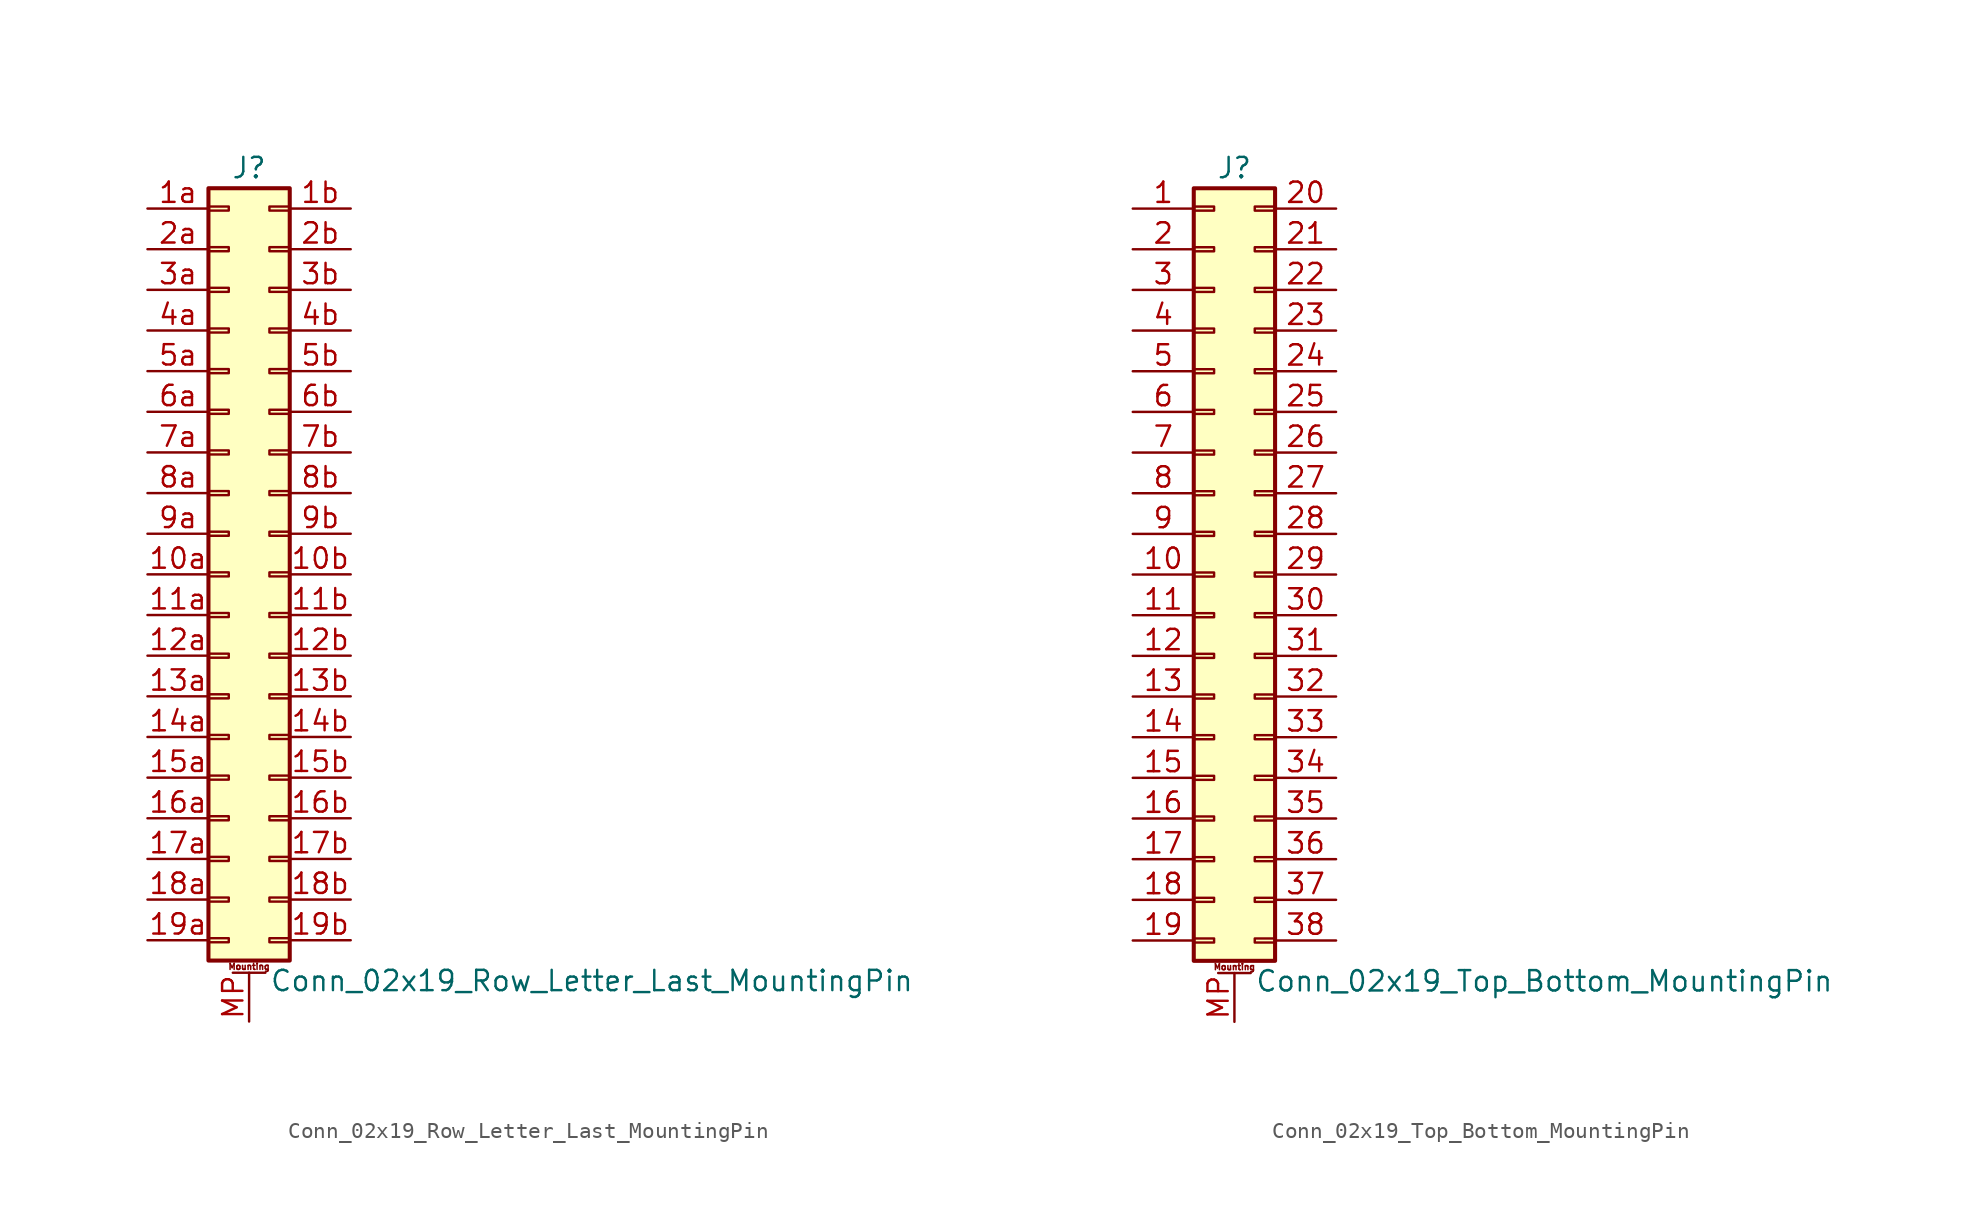
<source format=kicad_sym>
(kicad_symbol_lib
  (version 20211014)
  (generator kicad_symbol_editor)
  (symbol "Conn_02x19_Row_Letter_Last_MountingPin"
    (pin_names
      (offset 1.016) hide)
    (property "Reference" "J"
      (at 1.27 25.4 0)
      (effects (font (size 1.27 1.27))))
    (property "Value" "Conn_02x19_Row_Letter_Last_MountingPin"
      (at 2.54 -25.4 0)
      (effects (font (size 1.27 1.27)) (justify left)))
    (symbol "Conn_02x19_Row_Letter_Last_MountingPin_1_1"
      (rectangle (start -1.27 -22.733) (end 0 -22.987) (stroke (width 0.152) (type default) (color 0 0 0 0)) (fill (type none)))
      (rectangle (start -1.27 -20.193) (end 0 -20.447) (stroke (width 0.152) (type default) (color 0 0 0 0)) (fill (type none)))
      (rectangle (start -1.27 -17.653) (end 0 -17.907) (stroke (width 0.152) (type default) (color 0 0 0 0)) (fill (type none)))
      (rectangle (start -1.27 -15.113) (end 0 -15.367) (stroke (width 0.152) (type default) (color 0 0 0 0)) (fill (type none)))
      (rectangle (start -1.27 -12.573) (end 0 -12.827) (stroke (width 0.152) (type default) (color 0 0 0 0)) (fill (type none)))
      (rectangle (start -1.27 -10.033) (end 0 -10.287) (stroke (width 0.152) (type default) (color 0 0 0 0)) (fill (type none)))
      (rectangle (start -1.27 -7.493) (end 0 -7.747) (stroke (width 0.152) (type default) (color 0 0 0 0)) (fill (type none)))
      (rectangle (start -1.27 -4.953) (end 0 -5.207) (stroke (width 0.152) (type default) (color 0 0 0 0)) (fill (type none)))
      (rectangle (start -1.27 -2.413) (end 0 -2.667) (stroke (width 0.152) (type default) (color 0 0 0 0)) (fill (type none)))
      (rectangle (start -1.27 0.127) (end 0 -0.127) (stroke (width 0.152) (type default) (color 0 0 0 0)) (fill (type none)))
      (rectangle (start -1.27 2.667) (end 0 2.413) (stroke (width 0.152) (type default) (color 0 0 0 0)) (fill (type none)))
      (rectangle (start -1.27 5.207) (end 0 4.953) (stroke (width 0.152) (type default) (color 0 0 0 0)) (fill (type none)))
      (rectangle (start -1.27 7.747) (end 0 7.493) (stroke (width 0.152) (type default) (color 0 0 0 0)) (fill (type none)))
      (rectangle (start -1.27 10.287) (end 0 10.033) (stroke (width 0.152) (type default) (color 0 0 0 0)) (fill (type none)))
      (rectangle (start -1.27 12.827) (end 0 12.573) (stroke (width 0.152) (type default) (color 0 0 0 0)) (fill (type none)))
      (rectangle (start -1.27 15.367) (end 0 15.113) (stroke (width 0.152) (type default) (color 0 0 0 0)) (fill (type none)))
      (rectangle (start -1.27 17.907) (end 0 17.653) (stroke (width 0.152) (type default) (color 0 0 0 0)) (fill (type none)))
      (rectangle (start -1.27 20.447) (end 0 20.193) (stroke (width 0.152) (type default) (color 0 0 0 0)) (fill (type none)))
      (rectangle (start -1.27 22.987) (end 0 22.733) (stroke (width 0.152) (type default) (color 0 0 0 0)) (fill (type none)))
      (rectangle (start -1.27 24.13) (end 3.81 -24.13) (stroke (width 0.254) (type default) (color 0 0 0 0)) (fill (type background)))
      (polyline (pts (xy 0.254 -24.892) (xy 2.286 -24.892)) (stroke (width 0.152) (type default) (color 0 0 0 0)) (fill (type none)))
      (rectangle (start 3.81 -22.733) (end 2.54 -22.987) (stroke (width 0.152) (type default) (color 0 0 0 0)) (fill (type none)))
      (rectangle (start 3.81 -20.193) (end 2.54 -20.447) (stroke (width 0.152) (type default) (color 0 0 0 0)) (fill (type none)))
      (rectangle (start 3.81 -17.653) (end 2.54 -17.907) (stroke (width 0.152) (type default) (color 0 0 0 0)) (fill (type none)))
      (rectangle (start 3.81 -15.113) (end 2.54 -15.367) (stroke (width 0.152) (type default) (color 0 0 0 0)) (fill (type none)))
      (rectangle (start 3.81 -12.573) (end 2.54 -12.827) (stroke (width 0.152) (type default) (color 0 0 0 0)) (fill (type none)))
      (rectangle (start 3.81 -10.033) (end 2.54 -10.287) (stroke (width 0.152) (type default) (color 0 0 0 0)) (fill (type none)))
      (rectangle (start 3.81 -7.493) (end 2.54 -7.747) (stroke (width 0.152) (type default) (color 0 0 0 0)) (fill (type none)))
      (rectangle (start 3.81 -4.953) (end 2.54 -5.207) (stroke (width 0.152) (type default) (color 0 0 0 0)) (fill (type none)))
      (rectangle (start 3.81 -2.413) (end 2.54 -2.667) (stroke (width 0.152) (type default) (color 0 0 0 0)) (fill (type none)))
      (rectangle (start 3.81 0.127) (end 2.54 -0.127) (stroke (width 0.152) (type default) (color 0 0 0 0)) (fill (type none)))
      (rectangle (start 3.81 2.667) (end 2.54 2.413) (stroke (width 0.152) (type default) (color 0 0 0 0)) (fill (type none)))
      (rectangle (start 3.81 5.207) (end 2.54 4.953) (stroke (width 0.152) (type default) (color 0 0 0 0)) (fill (type none)))
      (rectangle (start 3.81 7.747) (end 2.54 7.493) (stroke (width 0.152) (type default) (color 0 0 0 0)) (fill (type none)))
      (rectangle (start 3.81 10.287) (end 2.54 10.033) (stroke (width 0.152) (type default) (color 0 0 0 0)) (fill (type none)))
      (rectangle (start 3.81 12.827) (end 2.54 12.573) (stroke (width 0.152) (type default) (color 0 0 0 0)) (fill (type none)))
      (rectangle (start 3.81 15.367) (end 2.54 15.113) (stroke (width 0.152) (type default) (color 0 0 0 0)) (fill (type none)))
      (rectangle (start 3.81 17.907) (end 2.54 17.653) (stroke (width 0.152) (type default) (color 0 0 0 0)) (fill (type none)))
      (rectangle (start 3.81 20.447) (end 2.54 20.193) (stroke (width 0.152) (type default) (color 0 0 0 0)) (fill (type none)))
      (rectangle (start 3.81 22.987) (end 2.54 22.733) (stroke (width 0.152) (type default) (color 0 0 0 0)) (fill (type none)))
      (text "Mounting" (at 1.27 -24.511 0) (effects (font (size 0.381 0.381))))
      (pin passive line (at -5.08 0 0) (length 3.81) (name "Pin_10a" (effects (font (size 1.27 1.27)))) (number "10a" (effects (font (size 1.27 1.27)))))
      (pin passive line (at 7.62 0 180) (length 3.81) (name "Pin_10b" (effects (font (size 1.27 1.27)))) (number "10b" (effects (font (size 1.27 1.27)))))
      (pin passive line (at -5.08 -2.54 0) (length 3.81) (name "Pin_11a" (effects (font (size 1.27 1.27)))) (number "11a" (effects (font (size 1.27 1.27)))))
      (pin passive line (at 7.62 -2.54 180) (length 3.81) (name "Pin_11b" (effects (font (size 1.27 1.27)))) (number "11b" (effects (font (size 1.27 1.27)))))
      (pin passive line (at -5.08 -5.08 0) (length 3.81) (name "Pin_12a" (effects (font (size 1.27 1.27)))) (number "12a" (effects (font (size 1.27 1.27)))))
      (pin passive line (at 7.62 -5.08 180) (length 3.81) (name "Pin_12b" (effects (font (size 1.27 1.27)))) (number "12b" (effects (font (size 1.27 1.27)))))
      (pin passive line (at -5.08 -7.62 0) (length 3.81) (name "Pin_13a" (effects (font (size 1.27 1.27)))) (number "13a" (effects (font (size 1.27 1.27)))))
      (pin passive line (at 7.62 -7.62 180) (length 3.81) (name "Pin_13b" (effects (font (size 1.27 1.27)))) (number "13b" (effects (font (size 1.27 1.27)))))
      (pin passive line (at -5.08 -10.16 0) (length 3.81) (name "Pin_14a" (effects (font (size 1.27 1.27)))) (number "14a" (effects (font (size 1.27 1.27)))))
      (pin passive line (at 7.62 -10.16 180) (length 3.81) (name "Pin_14b" (effects (font (size 1.27 1.27)))) (number "14b" (effects (font (size 1.27 1.27)))))
      (pin passive line (at -5.08 -12.7 0) (length 3.81) (name "Pin_15a" (effects (font (size 1.27 1.27)))) (number "15a" (effects (font (size 1.27 1.27)))))
      (pin passive line (at 7.62 -12.7 180) (length 3.81) (name "Pin_15b" (effects (font (size 1.27 1.27)))) (number "15b" (effects (font (size 1.27 1.27)))))
      (pin passive line (at -5.08 -15.24 0) (length 3.81) (name "Pin_16a" (effects (font (size 1.27 1.27)))) (number "16a" (effects (font (size 1.27 1.27)))))
      (pin passive line (at 7.62 -15.24 180) (length 3.81) (name "Pin_16b" (effects (font (size 1.27 1.27)))) (number "16b" (effects (font (size 1.27 1.27)))))
      (pin passive line (at -5.08 -17.78 0) (length 3.81) (name "Pin_17a" (effects (font (size 1.27 1.27)))) (number "17a" (effects (font (size 1.27 1.27)))))
      (pin passive line (at 7.62 -17.78 180) (length 3.81) (name "Pin_17b" (effects (font (size 1.27 1.27)))) (number "17b" (effects (font (size 1.27 1.27)))))
      (pin passive line (at -5.08 -20.32 0) (length 3.81) (name "Pin_18a" (effects (font (size 1.27 1.27)))) (number "18a" (effects (font (size 1.27 1.27)))))
      (pin passive line (at 7.62 -20.32 180) (length 3.81) (name "Pin_18b" (effects (font (size 1.27 1.27)))) (number "18b" (effects (font (size 1.27 1.27)))))
      (pin passive line (at -5.08 -22.86 0) (length 3.81) (name "Pin_19a" (effects (font (size 1.27 1.27)))) (number "19a" (effects (font (size 1.27 1.27)))))
      (pin passive line (at 7.62 -22.86 180) (length 3.81) (name "Pin_19b" (effects (font (size 1.27 1.27)))) (number "19b" (effects (font (size 1.27 1.27)))))
      (pin passive line (at -5.08 22.86 0) (length 3.81) (name "Pin_1a" (effects (font (size 1.27 1.27)))) (number "1a" (effects (font (size 1.27 1.27)))))
      (pin passive line (at 7.62 22.86 180) (length 3.81) (name "Pin_1b" (effects (font (size 1.27 1.27)))) (number "1b" (effects (font (size 1.27 1.27)))))
      (pin passive line (at -5.08 20.32 0) (length 3.81) (name "Pin_2a" (effects (font (size 1.27 1.27)))) (number "2a" (effects (font (size 1.27 1.27)))))
      (pin passive line (at 7.62 20.32 180) (length 3.81) (name "Pin_2b" (effects (font (size 1.27 1.27)))) (number "2b" (effects (font (size 1.27 1.27)))))
      (pin passive line (at -5.08 17.78 0) (length 3.81) (name "Pin_3a" (effects (font (size 1.27 1.27)))) (number "3a" (effects (font (size 1.27 1.27)))))
      (pin passive line (at 7.62 17.78 180) (length 3.81) (name "Pin_3b" (effects (font (size 1.27 1.27)))) (number "3b" (effects (font (size 1.27 1.27)))))
      (pin passive line (at -5.08 15.24 0) (length 3.81) (name "Pin_4a" (effects (font (size 1.27 1.27)))) (number "4a" (effects (font (size 1.27 1.27)))))
      (pin passive line (at 7.62 15.24 180) (length 3.81) (name "Pin_4b" (effects (font (size 1.27 1.27)))) (number "4b" (effects (font (size 1.27 1.27)))))
      (pin passive line (at -5.08 12.7 0) (length 3.81) (name "Pin_5a" (effects (font (size 1.27 1.27)))) (number "5a" (effects (font (size 1.27 1.27)))))
      (pin passive line (at 7.62 12.7 180) (length 3.81) (name "Pin_5b" (effects (font (size 1.27 1.27)))) (number "5b" (effects (font (size 1.27 1.27)))))
      (pin passive line (at -5.08 10.16 0) (length 3.81) (name "Pin_6a" (effects (font (size 1.27 1.27)))) (number "6a" (effects (font (size 1.27 1.27)))))
      (pin passive line (at 7.62 10.16 180) (length 3.81) (name "Pin_6b" (effects (font (size 1.27 1.27)))) (number "6b" (effects (font (size 1.27 1.27)))))
      (pin passive line (at -5.08 7.62 0) (length 3.81) (name "Pin_7a" (effects (font (size 1.27 1.27)))) (number "7a" (effects (font (size 1.27 1.27)))))
      (pin passive line (at 7.62 7.62 180) (length 3.81) (name "Pin_7b" (effects (font (size 1.27 1.27)))) (number "7b" (effects (font (size 1.27 1.27)))))
      (pin passive line (at -5.08 5.08 0) (length 3.81) (name "Pin_8a" (effects (font (size 1.27 1.27)))) (number "8a" (effects (font (size 1.27 1.27)))))
      (pin passive line (at 7.62 5.08 180) (length 3.81) (name "Pin_8b" (effects (font (size 1.27 1.27)))) (number "8b" (effects (font (size 1.27 1.27)))))
      (pin passive line (at -5.08 2.54 0) (length 3.81) (name "Pin_9a" (effects (font (size 1.27 1.27)))) (number "9a" (effects (font (size 1.27 1.27)))))
      (pin passive line (at 7.62 2.54 180) (length 3.81) (name "Pin_9b" (effects (font (size 1.27 1.27)))) (number "9b" (effects (font (size 1.27 1.27)))))
      (pin passive line (at 1.27 -27.94 90) (length 3.048) (name "MountPin" (effects (font (size 1.27 1.27)))) (number "MP" (effects (font (size 1.27 1.27)))))))
  (symbol "Conn_02x19_Top_Bottom_MountingPin"
    (pin_names
      (offset 1.016) hide)
    (property "Reference" "J"
      (at 1.27 25.4 0)
      (effects (font (size 1.27 1.27))))
    (property "Value" "Conn_02x19_Top_Bottom_MountingPin"
      (at 2.54 -25.4 0)
      (effects (font (size 1.27 1.27)) (justify left)))
    (symbol "Conn_02x19_Top_Bottom_MountingPin_1_1"
      (rectangle (start -1.27 -22.733) (end 0 -22.987) (stroke (width 0.152) (type default) (color 0 0 0 0)) (fill (type none)))
      (rectangle (start -1.27 -20.193) (end 0 -20.447) (stroke (width 0.152) (type default) (color 0 0 0 0)) (fill (type none)))
      (rectangle (start -1.27 -17.653) (end 0 -17.907) (stroke (width 0.152) (type default) (color 0 0 0 0)) (fill (type none)))
      (rectangle (start -1.27 -15.113) (end 0 -15.367) (stroke (width 0.152) (type default) (color 0 0 0 0)) (fill (type none)))
      (rectangle (start -1.27 -12.573) (end 0 -12.827) (stroke (width 0.152) (type default) (color 0 0 0 0)) (fill (type none)))
      (rectangle (start -1.27 -10.033) (end 0 -10.287) (stroke (width 0.152) (type default) (color 0 0 0 0)) (fill (type none)))
      (rectangle (start -1.27 -7.493) (end 0 -7.747) (stroke (width 0.152) (type default) (color 0 0 0 0)) (fill (type none)))
      (rectangle (start -1.27 -4.953) (end 0 -5.207) (stroke (width 0.152) (type default) (color 0 0 0 0)) (fill (type none)))
      (rectangle (start -1.27 -2.413) (end 0 -2.667) (stroke (width 0.152) (type default) (color 0 0 0 0)) (fill (type none)))
      (rectangle (start -1.27 0.127) (end 0 -0.127) (stroke (width 0.152) (type default) (color 0 0 0 0)) (fill (type none)))
      (rectangle (start -1.27 2.667) (end 0 2.413) (stroke (width 0.152) (type default) (color 0 0 0 0)) (fill (type none)))
      (rectangle (start -1.27 5.207) (end 0 4.953) (stroke (width 0.152) (type default) (color 0 0 0 0)) (fill (type none)))
      (rectangle (start -1.27 7.747) (end 0 7.493) (stroke (width 0.152) (type default) (color 0 0 0 0)) (fill (type none)))
      (rectangle (start -1.27 10.287) (end 0 10.033) (stroke (width 0.152) (type default) (color 0 0 0 0)) (fill (type none)))
      (rectangle (start -1.27 12.827) (end 0 12.573) (stroke (width 0.152) (type default) (color 0 0 0 0)) (fill (type none)))
      (rectangle (start -1.27 15.367) (end 0 15.113) (stroke (width 0.152) (type default) (color 0 0 0 0)) (fill (type none)))
      (rectangle (start -1.27 17.907) (end 0 17.653) (stroke (width 0.152) (type default) (color 0 0 0 0)) (fill (type none)))
      (rectangle (start -1.27 20.447) (end 0 20.193) (stroke (width 0.152) (type default) (color 0 0 0 0)) (fill (type none)))
      (rectangle (start -1.27 22.987) (end 0 22.733) (stroke (width 0.152) (type default) (color 0 0 0 0)) (fill (type none)))
      (rectangle (start -1.27 24.13) (end 3.81 -24.13) (stroke (width 0.254) (type default) (color 0 0 0 0)) (fill (type background)))
      (polyline (pts (xy 0.254 -24.892) (xy 2.286 -24.892)) (stroke (width 0.152) (type default) (color 0 0 0 0)) (fill (type none)))
      (rectangle (start 3.81 -22.733) (end 2.54 -22.987) (stroke (width 0.152) (type default) (color 0 0 0 0)) (fill (type none)))
      (rectangle (start 3.81 -20.193) (end 2.54 -20.447) (stroke (width 0.152) (type default) (color 0 0 0 0)) (fill (type none)))
      (rectangle (start 3.81 -17.653) (end 2.54 -17.907) (stroke (width 0.152) (type default) (color 0 0 0 0)) (fill (type none)))
      (rectangle (start 3.81 -15.113) (end 2.54 -15.367) (stroke (width 0.152) (type default) (color 0 0 0 0)) (fill (type none)))
      (rectangle (start 3.81 -12.573) (end 2.54 -12.827) (stroke (width 0.152) (type default) (color 0 0 0 0)) (fill (type none)))
      (rectangle (start 3.81 -10.033) (end 2.54 -10.287) (stroke (width 0.152) (type default) (color 0 0 0 0)) (fill (type none)))
      (rectangle (start 3.81 -7.493) (end 2.54 -7.747) (stroke (width 0.152) (type default) (color 0 0 0 0)) (fill (type none)))
      (rectangle (start 3.81 -4.953) (end 2.54 -5.207) (stroke (width 0.152) (type default) (color 0 0 0 0)) (fill (type none)))
      (rectangle (start 3.81 -2.413) (end 2.54 -2.667) (stroke (width 0.152) (type default) (color 0 0 0 0)) (fill (type none)))
      (rectangle (start 3.81 0.127) (end 2.54 -0.127) (stroke (width 0.152) (type default) (color 0 0 0 0)) (fill (type none)))
      (rectangle (start 3.81 2.667) (end 2.54 2.413) (stroke (width 0.152) (type default) (color 0 0 0 0)) (fill (type none)))
      (rectangle (start 3.81 5.207) (end 2.54 4.953) (stroke (width 0.152) (type default) (color 0 0 0 0)) (fill (type none)))
      (rectangle (start 3.81 7.747) (end 2.54 7.493) (stroke (width 0.152) (type default) (color 0 0 0 0)) (fill (type none)))
      (rectangle (start 3.81 10.287) (end 2.54 10.033) (stroke (width 0.152) (type default) (color 0 0 0 0)) (fill (type none)))
      (rectangle (start 3.81 12.827) (end 2.54 12.573) (stroke (width 0.152) (type default) (color 0 0 0 0)) (fill (type none)))
      (rectangle (start 3.81 15.367) (end 2.54 15.113) (stroke (width 0.152) (type default) (color 0 0 0 0)) (fill (type none)))
      (rectangle (start 3.81 17.907) (end 2.54 17.653) (stroke (width 0.152) (type default) (color 0 0 0 0)) (fill (type none)))
      (rectangle (start 3.81 20.447) (end 2.54 20.193) (stroke (width 0.152) (type default) (color 0 0 0 0)) (fill (type none)))
      (rectangle (start 3.81 22.987) (end 2.54 22.733) (stroke (width 0.152) (type default) (color 0 0 0 0)) (fill (type none)))
      (text "Mounting" (at 1.27 -24.511 0) (effects (font (size 0.381 0.381))))
      (pin passive line (at -5.08 22.86 0) (length 3.81) (name "Pin_1" (effects (font (size 1.27 1.27)))) (number "1" (effects (font (size 1.27 1.27)))))
      (pin passive line (at -5.08 0 0) (length 3.81) (name "Pin_10" (effects (font (size 1.27 1.27)))) (number "10" (effects (font (size 1.27 1.27)))))
      (pin passive line (at -5.08 -2.54 0) (length 3.81) (name "Pin_11" (effects (font (size 1.27 1.27)))) (number "11" (effects (font (size 1.27 1.27)))))
      (pin passive line (at -5.08 -5.08 0) (length 3.81) (name "Pin_12" (effects (font (size 1.27 1.27)))) (number "12" (effects (font (size 1.27 1.27)))))
      (pin passive line (at -5.08 -7.62 0) (length 3.81) (name "Pin_13" (effects (font (size 1.27 1.27)))) (number "13" (effects (font (size 1.27 1.27)))))
      (pin passive line (at -5.08 -10.16 0) (length 3.81) (name "Pin_14" (effects (font (size 1.27 1.27)))) (number "14" (effects (font (size 1.27 1.27)))))
      (pin passive line (at -5.08 -12.7 0) (length 3.81) (name "Pin_15" (effects (font (size 1.27 1.27)))) (number "15" (effects (font (size 1.27 1.27)))))
      (pin passive line (at -5.08 -15.24 0) (length 3.81) (name "Pin_16" (effects (font (size 1.27 1.27)))) (number "16" (effects (font (size 1.27 1.27)))))
      (pin passive line (at -5.08 -17.78 0) (length 3.81) (name "Pin_17" (effects (font (size 1.27 1.27)))) (number "17" (effects (font (size 1.27 1.27)))))
      (pin passive line (at -5.08 -20.32 0) (length 3.81) (name "Pin_18" (effects (font (size 1.27 1.27)))) (number "18" (effects (font (size 1.27 1.27)))))
      (pin passive line (at -5.08 -22.86 0) (length 3.81) (name "Pin_19" (effects (font (size 1.27 1.27)))) (number "19" (effects (font (size 1.27 1.27)))))
      (pin passive line (at -5.08 20.32 0) (length 3.81) (name "Pin_2" (effects (font (size 1.27 1.27)))) (number "2" (effects (font (size 1.27 1.27)))))
      (pin passive line (at 7.62 22.86 180) (length 3.81) (name "Pin_20" (effects (font (size 1.27 1.27)))) (number "20" (effects (font (size 1.27 1.27)))))
      (pin passive line (at 7.62 20.32 180) (length 3.81) (name "Pin_21" (effects (font (size 1.27 1.27)))) (number "21" (effects (font (size 1.27 1.27)))))
      (pin passive line (at 7.62 17.78 180) (length 3.81) (name "Pin_22" (effects (font (size 1.27 1.27)))) (number "22" (effects (font (size 1.27 1.27)))))
      (pin passive line (at 7.62 15.24 180) (length 3.81) (name "Pin_23" (effects (font (size 1.27 1.27)))) (number "23" (effects (font (size 1.27 1.27)))))
      (pin passive line (at 7.62 12.7 180) (length 3.81) (name "Pin_24" (effects (font (size 1.27 1.27)))) (number "24" (effects (font (size 1.27 1.27)))))
      (pin passive line (at 7.62 10.16 180) (length 3.81) (name "Pin_25" (effects (font (size 1.27 1.27)))) (number "25" (effects (font (size 1.27 1.27)))))
      (pin passive line (at 7.62 7.62 180) (length 3.81) (name "Pin_26" (effects (font (size 1.27 1.27)))) (number "26" (effects (font (size 1.27 1.27)))))
      (pin passive line (at 7.62 5.08 180) (length 3.81) (name "Pin_27" (effects (font (size 1.27 1.27)))) (number "27" (effects (font (size 1.27 1.27)))))
      (pin passive line (at 7.62 2.54 180) (length 3.81) (name "Pin_28" (effects (font (size 1.27 1.27)))) (number "28" (effects (font (size 1.27 1.27)))))
      (pin passive line (at 7.62 0 180) (length 3.81) (name "Pin_29" (effects (font (size 1.27 1.27)))) (number "29" (effects (font (size 1.27 1.27)))))
      (pin passive line (at -5.08 17.78 0) (length 3.81) (name "Pin_3" (effects (font (size 1.27 1.27)))) (number "3" (effects (font (size 1.27 1.27)))))
      (pin passive line (at 7.62 -2.54 180) (length 3.81) (name "Pin_30" (effects (font (size 1.27 1.27)))) (number "30" (effects (font (size 1.27 1.27)))))
      (pin passive line (at 7.62 -5.08 180) (length 3.81) (name "Pin_31" (effects (font (size 1.27 1.27)))) (number "31" (effects (font (size 1.27 1.27)))))
      (pin passive line (at 7.62 -7.62 180) (length 3.81) (name "Pin_32" (effects (font (size 1.27 1.27)))) (number "32" (effects (font (size 1.27 1.27)))))
      (pin passive line (at 7.62 -10.16 180) (length 3.81) (name "Pin_33" (effects (font (size 1.27 1.27)))) (number "33" (effects (font (size 1.27 1.27)))))
      (pin passive line (at 7.62 -12.7 180) (length 3.81) (name "Pin_34" (effects (font (size 1.27 1.27)))) (number "34" (effects (font (size 1.27 1.27)))))
      (pin passive line (at 7.62 -15.24 180) (length 3.81) (name "Pin_35" (effects (font (size 1.27 1.27)))) (number "35" (effects (font (size 1.27 1.27)))))
      (pin passive line (at 7.62 -17.78 180) (length 3.81) (name "Pin_36" (effects (font (size 1.27 1.27)))) (number "36" (effects (font (size 1.27 1.27)))))
      (pin passive line (at 7.62 -20.32 180) (length 3.81) (name "Pin_37" (effects (font (size 1.27 1.27)))) (number "37" (effects (font (size 1.27 1.27)))))
      (pin passive line (at 7.62 -22.86 180) (length 3.81) (name "Pin_38" (effects (font (size 1.27 1.27)))) (number "38" (effects (font (size 1.27 1.27)))))
      (pin passive line (at -5.08 15.24 0) (length 3.81) (name "Pin_4" (effects (font (size 1.27 1.27)))) (number "4" (effects (font (size 1.27 1.27)))))
      (pin passive line (at -5.08 12.7 0) (length 3.81) (name "Pin_5" (effects (font (size 1.27 1.27)))) (number "5" (effects (font (size 1.27 1.27)))))
      (pin passive line (at -5.08 10.16 0) (length 3.81) (name "Pin_6" (effects (font (size 1.27 1.27)))) (number "6" (effects (font (size 1.27 1.27)))))
      (pin passive line (at -5.08 7.62 0) (length 3.81) (name "Pin_7" (effects (font (size 1.27 1.27)))) (number "7" (effects (font (size 1.27 1.27)))))
      (pin passive line (at -5.08 5.08 0) (length 3.81) (name "Pin_8" (effects (font (size 1.27 1.27)))) (number "8" (effects (font (size 1.27 1.27)))))
      (pin passive line (at -5.08 2.54 0) (length 3.81) (name "Pin_9" (effects (font (size 1.27 1.27)))) (number "9" (effects (font (size 1.27 1.27)))))
      (pin passive line (at 1.27 -27.94 90) (length 3.048) (name "MountPin" (effects (font (size 1.27 1.27)))) (number "MP" (effects (font (size 1.27 1.27))))))))
</source>
